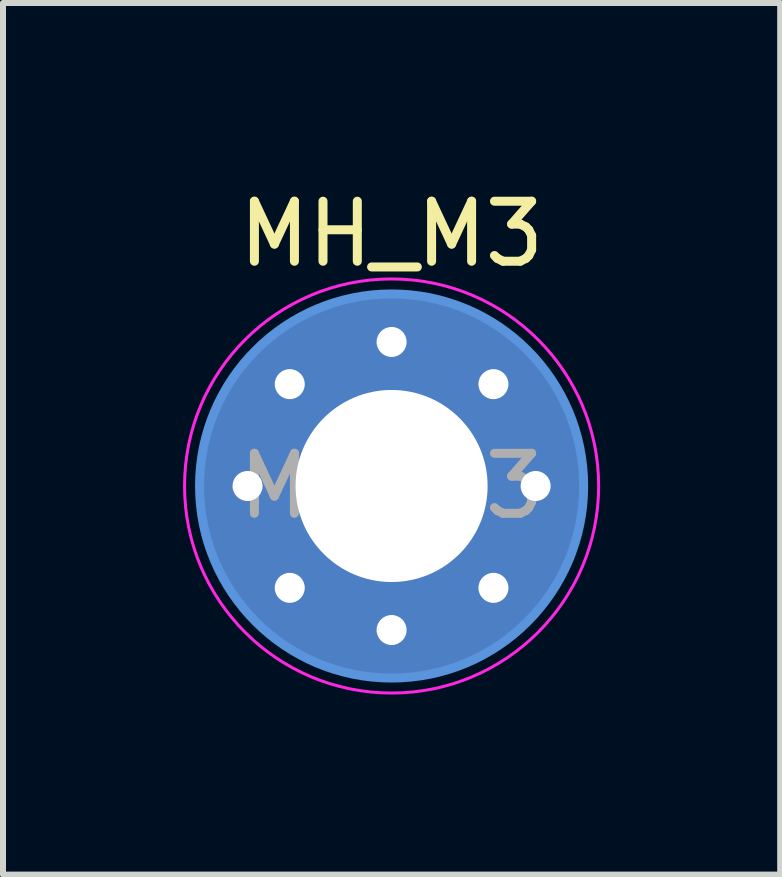
<source format=kicad_pcb>
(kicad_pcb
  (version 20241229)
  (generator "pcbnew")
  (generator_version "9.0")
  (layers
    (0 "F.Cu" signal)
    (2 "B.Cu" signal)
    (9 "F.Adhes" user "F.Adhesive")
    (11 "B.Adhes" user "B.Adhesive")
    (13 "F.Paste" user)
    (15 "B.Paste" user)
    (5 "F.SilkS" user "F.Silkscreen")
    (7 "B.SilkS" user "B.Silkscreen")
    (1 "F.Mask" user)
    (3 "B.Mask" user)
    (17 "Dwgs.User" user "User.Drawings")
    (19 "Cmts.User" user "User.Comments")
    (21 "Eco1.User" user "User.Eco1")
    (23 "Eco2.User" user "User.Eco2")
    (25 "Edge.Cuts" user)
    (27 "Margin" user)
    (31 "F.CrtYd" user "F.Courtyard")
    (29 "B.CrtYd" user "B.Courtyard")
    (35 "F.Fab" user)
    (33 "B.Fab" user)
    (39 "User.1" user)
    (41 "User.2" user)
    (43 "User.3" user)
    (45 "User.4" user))
  (footprint "MH_M3"
    (layer "F.Cu")
    (at 3.475 5.048)
    (property "Reference" "MH_M3" (at 0 -4.2 0) (layer "F.SilkS") (effects (font (size 1 1) (thickness 0.15))))
    (attr exclude_from_pos_files exclude_from_bom)
    (fp_circle (center 0 0) (end 3.2 0) (stroke (width 0.15) (type solid)) (fill no) (layer "Cmts.User"))
    (fp_circle (center 0 0) (end 3.45 0) (stroke (width 0.05) (type solid)) (fill no) (layer "F.CrtYd"))
    (fp_text user "${REFERENCE}" (at 0 0 0) (layer "F.Fab") (effects (font (size 1 1) (thickness 0.15))))
    (pad "1" thru_hole circle (at -2.4 0) (size 0.8 0.8) (drill 0.5) (layers "*.Cu" "*.Mask"))
    (pad "1" thru_hole circle (at -1.697 -1.697) (size 0.8 0.8) (drill 0.5) (layers "*.Cu" "*.Mask"))
    (pad "1" thru_hole circle (at -1.697 1.697) (size 0.8 0.8) (drill 0.5) (layers "*.Cu" "*.Mask"))
    (pad "1" thru_hole circle (at 0 -2.4) (size 0.8 0.8) (drill 0.5) (layers "*.Cu" "*.Mask"))
    (pad "1" thru_hole circle (at 0 0) (size 6.4 6.4) (drill 3.2) (layers "*.Cu" "*.Mask"))
    (pad "1" thru_hole circle (at 0 2.4) (size 0.8 0.8) (drill 0.5) (layers "*.Cu" "*.Mask"))
    (pad "1" thru_hole circle (at 1.697 -1.697) (size 0.8 0.8) (drill 0.5) (layers "*.Cu" "*.Mask"))
    (pad "1" thru_hole circle (at 1.697 1.697) (size 0.8 0.8) (drill 0.5) (layers "*.Cu" "*.Mask"))
    (pad "1" thru_hole circle (at 2.4 0) (size 0.8 0.8) (drill 0.5) (layers "*.Cu" "*.Mask")))
  (gr_rect
    (start -3 -3)
    (end 9.95 11.523)
    (stroke (width 0.1) (type default))
    (fill no)
    (layer "Edge.Cuts")))
</source>
